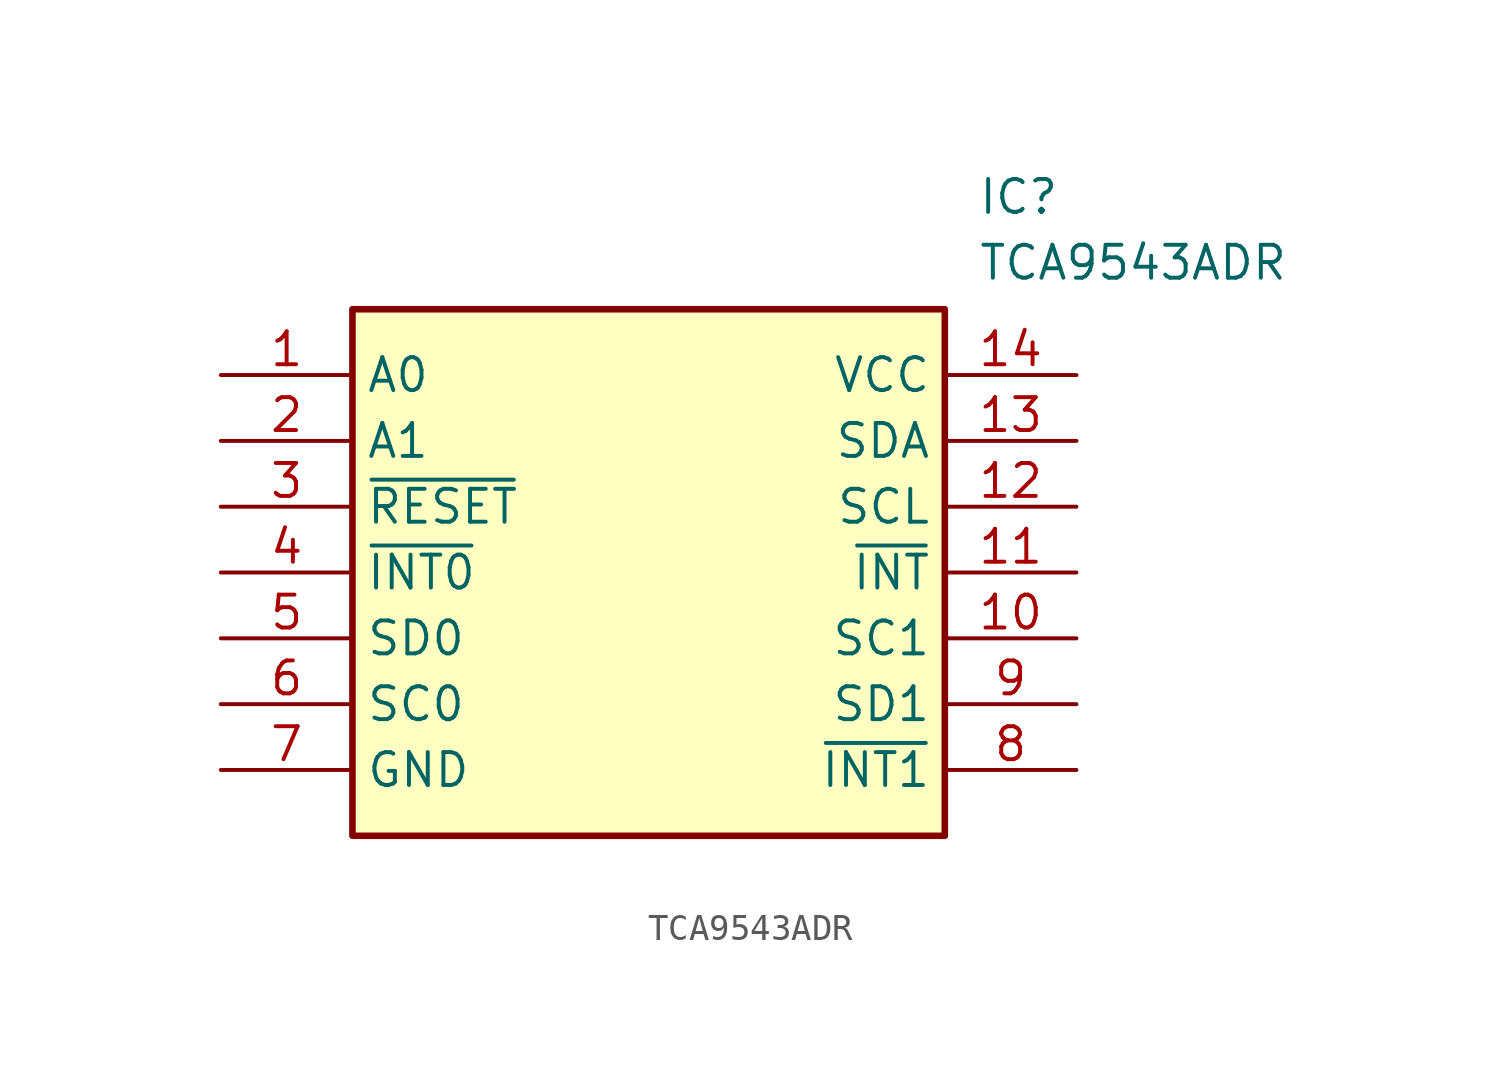
<source format=kicad_sym>
(kicad_symbol_lib
  (version 20211014)
  (generator SamacSys_ECAD_Model)
  (symbol "TCA9543ADR"
    (property "Reference" "IC"
      (at 29.21 7.62 0)
      (effects (font (size 1.27 1.27)) (justify left top)))
    (property "Value" "TCA9543ADR"
      (at 29.21 5.08 0)
      (effects (font (size 1.27 1.27)) (justify left top)))
    (rectangle
      (start 5.08 2.54)
      (end 27.94 -17.78)
      (stroke (width 0.254) (type default))
      (fill (type background)))
    (pin input line
      (at 0 0 0)
      (length 5.08)
      (name "A0" (effects (font (size 1.27 1.27))))
      (number "1" (effects (font (size 1.27 1.27)))))
    (pin input line
      (at 0 -2.54 0)
      (length 5.08)
      (name "A1" (effects (font (size 1.27 1.27))))
      (number "2" (effects (font (size 1.27 1.27)))))
    (pin input line
      (at 0 -5.08 0)
      (length 5.08)
      (name "~{RESET}" (effects (font (size 1.27 1.27))))
      (number "3" (effects (font (size 1.27 1.27)))))
    (pin input line
      (at 0 -7.62 0)
      (length 5.08)
      (name "~{INT0}" (effects (font (size 1.27 1.27))))
      (number "4" (effects (font (size 1.27 1.27)))))
    (pin bidirectional line
      (at 0 -10.16 0)
      (length 5.08)
      (name "SD0" (effects (font (size 1.27 1.27))))
      (number "5" (effects (font (size 1.27 1.27)))))
    (pin bidirectional line
      (at 0 -12.7 0)
      (length 5.08)
      (name "SC0" (effects (font (size 1.27 1.27))))
      (number "6" (effects (font (size 1.27 1.27)))))
    (pin power_in line
      (at 0 -15.24 0)
      (length 5.08)
      (name "GND" (effects (font (size 1.27 1.27))))
      (number "7" (effects (font (size 1.27 1.27)))))
    (pin power_in line
      (at 33.02 0 180)
      (length 5.08)
      (name "VCC" (effects (font (size 1.27 1.27))))
      (number "14" (effects (font (size 1.27 1.27)))))
    (pin bidirectional line
      (at 33.02 -2.54 180)
      (length 5.08)
      (name "SDA" (effects (font (size 1.27 1.27))))
      (number "13" (effects (font (size 1.27 1.27)))))
    (pin bidirectional line
      (at 33.02 -5.08 180)
      (length 5.08)
      (name "SCL" (effects (font (size 1.27 1.27))))
      (number "12" (effects (font (size 1.27 1.27)))))
    (pin input line
      (at 33.02 -7.62 180)
      (length 5.08)
      (name "~{INT}" (effects (font (size 1.27 1.27))))
      (number "11" (effects (font (size 1.27 1.27)))))
    (pin bidirectional line
      (at 33.02 -10.16 180)
      (length 5.08)
      (name "SC1" (effects (font (size 1.27 1.27))))
      (number "10" (effects (font (size 1.27 1.27)))))
    (pin bidirectional line
      (at 33.02 -12.7 180)
      (length 5.08)
      (name "SD1" (effects (font (size 1.27 1.27))))
      (number "9" (effects (font (size 1.27 1.27)))))
    (pin input line
      (at 33.02 -15.24 180)
      (length 5.08)
      (name "~{INT1}" (effects (font (size 1.27 1.27))))
      (number "8" (effects (font (size 1.27 1.27)))))))
</source>
